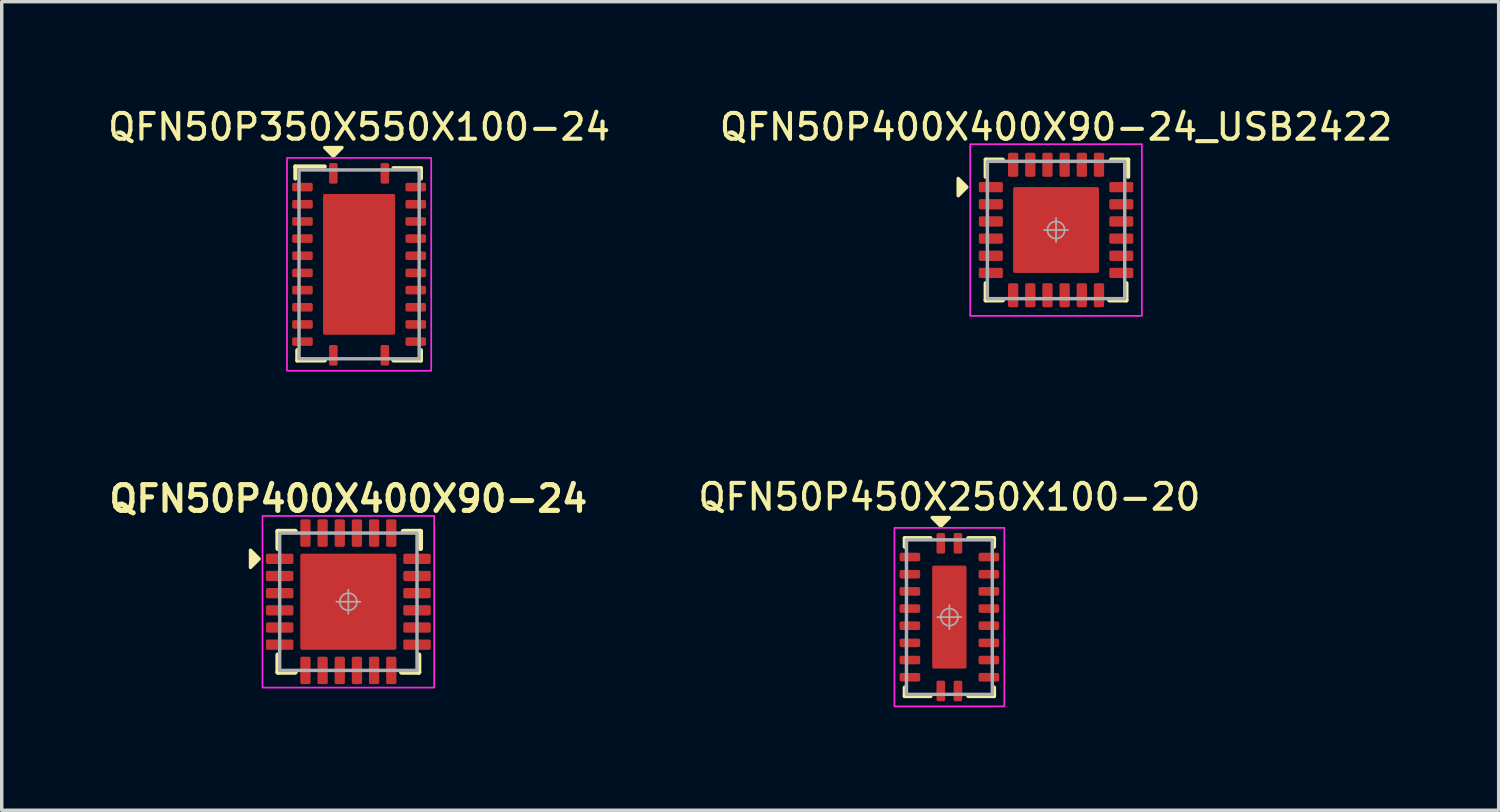
<source format=kicad_pcb>
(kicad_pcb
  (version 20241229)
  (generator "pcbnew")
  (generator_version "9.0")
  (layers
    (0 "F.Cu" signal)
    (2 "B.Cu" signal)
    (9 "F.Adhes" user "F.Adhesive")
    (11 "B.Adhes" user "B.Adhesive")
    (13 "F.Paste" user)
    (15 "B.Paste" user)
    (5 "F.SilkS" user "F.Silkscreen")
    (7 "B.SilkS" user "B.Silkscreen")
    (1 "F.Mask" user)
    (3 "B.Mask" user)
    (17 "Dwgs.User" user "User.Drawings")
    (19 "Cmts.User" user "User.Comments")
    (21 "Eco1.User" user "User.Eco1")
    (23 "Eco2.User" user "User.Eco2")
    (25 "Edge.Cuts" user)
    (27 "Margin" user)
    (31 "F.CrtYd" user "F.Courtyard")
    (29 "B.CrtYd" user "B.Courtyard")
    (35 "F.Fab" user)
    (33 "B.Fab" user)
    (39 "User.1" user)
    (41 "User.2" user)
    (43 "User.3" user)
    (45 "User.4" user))
  (footprint "QFN50P400X400X90-24_USB2422"
    (layer "F.Cu")
    (at 27.708 3.649)
    (property "Reference" "QFN50P400X400X90-24_USB2422" (at 0 -3 0) (unlocked yes) (layer "F.SilkS") (effects (font (size 0.75 0.75) (thickness 0.12))))
    (attr smd)
    (fp_line (start -2.05 -2.05) (end -2.05 -1.55) (stroke (width 0.12) (type solid)) (layer "F.SilkS"))
    (fp_line (start -2.05 -2.05) (end -1.55 -2.05) (stroke (width 0.12) (type solid)) (layer "F.SilkS"))
    (fp_line (start -2.05 2.05) (end -2.05 1.55) (stroke (width 0.12) (type solid)) (layer "F.SilkS"))
    (fp_line (start -2.05 2.05) (end -1.55 2.05) (stroke (width 0.12) (type solid)) (layer "F.SilkS"))
    (fp_line (start 2.05 2.05) (end 1.55 2.05) (stroke (width 0.12) (type solid)) (layer "F.SilkS"))
    (fp_line (start 2.05 2.05) (end 2.05 1.55) (stroke (width 0.12) (type solid)) (layer "F.SilkS"))
    (fp_line (start 2.1 -2.05) (end 1.6 -2.05) (stroke (width 0.12) (type solid)) (layer "F.SilkS"))
    (fp_line (start 2.1 -2.05) (end 2.1 -1.55) (stroke (width 0.12) (type solid)) (layer "F.SilkS"))
    (fp_poly (pts (xy -2.6 -1.25) (xy -2.85 -1) (xy -2.85 -1.5)) (stroke (width 0.1) (type solid)) (fill yes) (layer "F.SilkS"))
    (fp_rect (start -1.2 -1.2) (end -0.175 -0.175) (stroke (width 0.1) (type solid)) (fill yes) (layer "F.Paste"))
    (fp_rect (start -1.2 0.175) (end -0.175 1.2) (stroke (width 0.1) (type solid)) (fill yes) (layer "F.Paste"))
    (fp_rect (start 0.175 -1.2) (end 1.2 -0.175) (stroke (width 0.1) (type solid)) (fill yes) (layer "F.Paste"))
    (fp_rect (start 0.175 0.175) (end 1.2 1.2) (stroke (width 0.1) (type solid)) (fill yes) (layer "F.Paste"))
    (fp_rect (start -2.5 -2.5) (end 2.5 2.5) (stroke (width 0.05) (type default)) (fill no) (layer "F.CrtYd"))
    (fp_line (start 0 -0.35) (end 0 0.35) (stroke (width 0.05) (type solid)) (layer "F.Fab"))
    (fp_line (start 0.35 0) (end -0.35 0) (stroke (width 0.05) (type solid)) (layer "F.Fab"))
    (fp_rect (start -2 -2) (end 2 2) (stroke (width 0.1) (type solid)) (fill no) (layer "F.Fab"))
    (fp_circle (center 0 0) (end 0 0.25) (stroke (width 0.05) (type solid)) (fill no) (layer "F.Fab"))
    (pad "1" smd roundrect (at -1.9 -1.25) (size 0.7 0.3) (layers "F.Cu" "F.Mask" "F.Paste") (roundrect_rratio 0.167))
    (pad "2" smd roundrect (at -1.9 -0.75) (size 0.7 0.3) (layers "F.Cu" "F.Mask" "F.Paste") (roundrect_rratio 0.167))
    (pad "3" smd roundrect (at -1.9 -0.25) (size 0.7 0.3) (layers "F.Cu" "F.Mask" "F.Paste") (roundrect_rratio 0.167))
    (pad "4" smd roundrect (at -1.9 0.25) (size 0.7 0.3) (layers "F.Cu" "F.Mask" "F.Paste") (roundrect_rratio 0.167))
    (pad "5" smd roundrect (at -1.9 0.75) (size 0.7 0.3) (layers "F.Cu" "F.Mask" "F.Paste") (roundrect_rratio 0.167))
    (pad "6" smd roundrect (at -1.9 1.25) (size 0.7 0.3) (layers "F.Cu" "F.Mask" "F.Paste") (roundrect_rratio 0.167))
    (pad "7" smd roundrect (at -1.25 1.9 90) (size 0.7 0.3) (layers "F.Cu" "F.Mask" "F.Paste") (roundrect_rratio 0.167))
    (pad "8" smd roundrect (at -0.75 1.9 90) (size 0.7 0.3) (layers "F.Cu" "F.Mask" "F.Paste") (roundrect_rratio 0.167))
    (pad "9" smd roundrect (at -0.25 1.9 90) (size 0.7 0.3) (layers "F.Cu" "F.Mask" "F.Paste") (roundrect_rratio 0.167))
    (pad "10" smd roundrect (at 0.25 1.9 90) (size 0.7 0.3) (layers "F.Cu" "F.Mask" "F.Paste") (roundrect_rratio 0.167))
    (pad "11" smd roundrect (at 0.75 1.9 90) (size 0.7 0.3) (layers "F.Cu" "F.Mask" "F.Paste") (roundrect_rratio 0.167))
    (pad "12" smd roundrect (at 1.25 1.9 90) (size 0.7 0.3) (layers "F.Cu" "F.Mask" "F.Paste") (roundrect_rratio 0.167))
    (pad "13" smd roundrect (at 1.9 1.25 180) (size 0.7 0.3) (layers "F.Cu" "F.Mask" "F.Paste") (roundrect_rratio 0.167))
    (pad "14" smd roundrect (at 1.9 0.75 180) (size 0.7 0.3) (layers "F.Cu" "F.Mask" "F.Paste") (roundrect_rratio 0.167))
    (pad "15" smd roundrect (at 1.9 0.25 180) (size 0.7 0.3) (layers "F.Cu" "F.Mask" "F.Paste") (roundrect_rratio 0.167))
    (pad "16" smd roundrect (at 1.9 -0.25 180) (size 0.7 0.3) (layers "F.Cu" "F.Mask" "F.Paste") (roundrect_rratio 0.167))
    (pad "17" smd roundrect (at 1.9 -0.75 180) (size 0.7 0.3) (layers "F.Cu" "F.Mask" "F.Paste") (roundrect_rratio 0.167))
    (pad "18" smd roundrect (at 1.9 -1.25 180) (size 0.7 0.3) (layers "F.Cu" "F.Mask" "F.Paste") (roundrect_rratio 0.167))
    (pad "19" smd roundrect (at 1.25 -1.9 270) (size 0.7 0.3) (layers "F.Cu" "F.Mask" "F.Paste") (roundrect_rratio 0.167))
    (pad "20" smd roundrect (at 0.75 -1.9 270) (size 0.7 0.3) (layers "F.Cu" "F.Mask" "F.Paste") (roundrect_rratio 0.167))
    (pad "21" smd roundrect (at 0.25 -1.9 270) (size 0.7 0.3) (layers "F.Cu" "F.Mask" "F.Paste") (roundrect_rratio 0.167))
    (pad "22" smd roundrect (at -0.25 -1.9 270) (size 0.7 0.3) (layers "F.Cu" "F.Mask" "F.Paste") (roundrect_rratio 0.167))
    (pad "23" smd roundrect (at -0.75 -1.9 270) (size 0.7 0.3) (layers "F.Cu" "F.Mask" "F.Paste") (roundrect_rratio 0.167))
    (pad "24" smd roundrect (at -1.25 -1.9 270) (size 0.7 0.3) (layers "F.Cu" "F.Mask" "F.Paste") (roundrect_rratio 0.167))
    (pad "25" smd roundrect (at 0 0) (size 2.5 2.5) (layers "F.Cu" "F.Mask") (roundrect_rratio 0.02)))
  (footprint "QFN50P400X400X90-24"
    (layer "F.Cu")
    (at 7.096 14.476)
    (property "Reference" "QFN50P400X400X90-24" (at 0 -3 0) (unlocked yes) (layer "F.SilkS") (effects (font (size 0.75 0.75) (thickness 0.15) (bold yes))))
    (attr smd)
    (fp_line (start -2.05 -2.05) (end -2.05 -1.55) (stroke (width 0.15) (type solid)) (layer "F.SilkS"))
    (fp_line (start -2.05 -2.05) (end -1.55 -2.05) (stroke (width 0.15) (type solid)) (layer "F.SilkS"))
    (fp_line (start -2.05 2.05) (end -2.05 1.55) (stroke (width 0.15) (type solid)) (layer "F.SilkS"))
    (fp_line (start -2.05 2.05) (end -1.55 2.05) (stroke (width 0.15) (type solid)) (layer "F.SilkS"))
    (fp_line (start 2.05 2.05) (end 1.55 2.05) (stroke (width 0.15) (type solid)) (layer "F.SilkS"))
    (fp_line (start 2.05 2.05) (end 2.05 1.55) (stroke (width 0.15) (type solid)) (layer "F.SilkS"))
    (fp_line (start 2.1 -2.05) (end 1.6 -2.05) (stroke (width 0.15) (type solid)) (layer "F.SilkS"))
    (fp_line (start 2.1 -2.05) (end 2.1 -1.55) (stroke (width 0.15) (type solid)) (layer "F.SilkS"))
    (fp_poly (pts (xy -2.6 -1.25) (xy -2.85 -1) (xy -2.85 -1.5)) (stroke (width 0.1) (type solid)) (fill yes) (layer "F.SilkS"))
    (fp_rect (start -2.5 -2.5) (end 2.5 2.5) (stroke (width 0.05) (type default)) (fill no) (layer "F.CrtYd"))
    (fp_line (start 0 -0.35) (end 0 0.35) (stroke (width 0.05) (type solid)) (layer "F.Fab"))
    (fp_line (start 0.35 0) (end -0.35 0) (stroke (width 0.05) (type solid)) (layer "F.Fab"))
    (fp_rect (start -2 -2) (end 2 2) (stroke (width 0.1) (type solid)) (fill no) (layer "F.Fab"))
    (fp_circle (center 0 0) (end 0 0.25) (stroke (width 0.05) (type solid)) (fill no) (layer "F.Fab"))
    (pad "1" smd roundrect (at -2 -1.25) (size 0.8 0.3) (layers "F.Cu" "F.Mask" "F.Paste") (roundrect_rratio 0.167))
    (pad "2" smd roundrect (at -2 -0.75) (size 0.8 0.3) (layers "F.Cu" "F.Mask" "F.Paste") (roundrect_rratio 0.167))
    (pad "3" smd roundrect (at -2 -0.25) (size 0.8 0.3) (layers "F.Cu" "F.Mask" "F.Paste") (roundrect_rratio 0.167))
    (pad "4" smd roundrect (at -2 0.25) (size 0.8 0.3) (layers "F.Cu" "F.Mask" "F.Paste") (roundrect_rratio 0.167))
    (pad "5" smd roundrect (at -2 0.75) (size 0.8 0.3) (layers "F.Cu" "F.Mask" "F.Paste") (roundrect_rratio 0.167))
    (pad "6" smd roundrect (at -2 1.25) (size 0.8 0.3) (layers "F.Cu" "F.Mask" "F.Paste") (roundrect_rratio 0.167))
    (pad "7" smd roundrect (at -1.25 2 90) (size 0.8 0.3) (layers "F.Cu" "F.Mask" "F.Paste") (roundrect_rratio 0.167))
    (pad "8" smd roundrect (at -0.75 2 90) (size 0.8 0.3) (layers "F.Cu" "F.Mask" "F.Paste") (roundrect_rratio 0.167))
    (pad "9" smd roundrect (at -0.25 2 90) (size 0.8 0.3) (layers "F.Cu" "F.Mask" "F.Paste") (roundrect_rratio 0.167))
    (pad "10" smd roundrect (at 0.25 2 90) (size 0.8 0.3) (layers "F.Cu" "F.Mask" "F.Paste") (roundrect_rratio 0.167))
    (pad "11" smd roundrect (at 0.75 2 90) (size 0.8 0.3) (layers "F.Cu" "F.Mask" "F.Paste") (roundrect_rratio 0.167))
    (pad "12" smd roundrect (at 1.25 2 90) (size 0.8 0.3) (layers "F.Cu" "F.Mask" "F.Paste") (roundrect_rratio 0.167))
    (pad "13" smd roundrect (at 2 1.25) (size 0.8 0.3) (layers "F.Cu" "F.Mask" "F.Paste") (roundrect_rratio 0.167))
    (pad "14" smd roundrect (at 2 0.75) (size 0.8 0.3) (layers "F.Cu" "F.Mask" "F.Paste") (roundrect_rratio 0.167))
    (pad "15" smd roundrect (at 2 0.25) (size 0.8 0.3) (layers "F.Cu" "F.Mask" "F.Paste") (roundrect_rratio 0.167))
    (pad "16" smd roundrect (at 2 -0.25) (size 0.8 0.3) (layers "F.Cu" "F.Mask" "F.Paste") (roundrect_rratio 0.167))
    (pad "17" smd roundrect (at 2 -0.75) (size 0.8 0.3) (layers "F.Cu" "F.Mask" "F.Paste") (roundrect_rratio 0.167))
    (pad "18" smd roundrect (at 2 -1.25) (size 0.8 0.3) (layers "F.Cu" "F.Mask" "F.Paste") (roundrect_rratio 0.167))
    (pad "19" smd roundrect (at 1.25 -2 90) (size 0.8 0.3) (layers "F.Cu" "F.Mask" "F.Paste") (roundrect_rratio 0.167))
    (pad "20" smd roundrect (at 0.75 -2 90) (size 0.8 0.3) (layers "F.Cu" "F.Mask" "F.Paste") (roundrect_rratio 0.167))
    (pad "21" smd roundrect (at 0.25 -2 90) (size 0.8 0.3) (layers "F.Cu" "F.Mask" "F.Paste") (roundrect_rratio 0.167))
    (pad "22" smd roundrect (at -0.25 -2 90) (size 0.8 0.3) (layers "F.Cu" "F.Mask" "F.Paste") (roundrect_rratio 0.167))
    (pad "23" smd roundrect (at -0.75 -2 90) (size 0.8 0.3) (layers "F.Cu" "F.Mask" "F.Paste") (roundrect_rratio 0.167))
    (pad "24" smd roundrect (at -1.25 -2 90) (size 0.8 0.3) (layers "F.Cu" "F.Mask" "F.Paste") (roundrect_rratio 0.167))
    (pad "25" smd roundrect (at 0 0) (size 2.8 2.8) (layers "F.Cu" "F.Mask" "F.Paste") (roundrect_rratio 0.018)))
  (footprint "QFN50P350X550X100-24"
    (layer "F.Cu")
    (at 7.409 4.649)
    (property "Reference" "QFN50P350X550X100-24" (at 0 -4 0) (unlocked yes) (layer "F.SilkS") (effects (font (size 0.75 0.75) (thickness 0.12))))
    (attr smd)
    (fp_line (start -1.857 -2.85) (end -1.857 -2.5) (stroke (width 0.12) (type default)) (layer "F.SilkS"))
    (fp_line (start -1.8 2.8) (end -1.8 2.5) (stroke (width 0.12) (type default)) (layer "F.SilkS"))
    (fp_line (start -1 -2.85) (end -1.857 -2.85) (stroke (width 0.12) (type default)) (layer "F.SilkS"))
    (fp_line (start -1 2.8) (end -1.8 2.8) (stroke (width 0.12) (type default)) (layer "F.SilkS"))
    (fp_line (start 1 -2.8) (end 1.8 -2.8) (stroke (width 0.12) (type solid)) (layer "F.SilkS"))
    (fp_line (start 1 2.8) (end 1.8 2.8) (stroke (width 0.12) (type solid)) (layer "F.SilkS"))
    (fp_line (start 1.8 -2.8) (end 1.8 -2.5) (stroke (width 0.12) (type solid)) (layer "F.SilkS"))
    (fp_line (start 1.8 2.8) (end 1.8 2.5) (stroke (width 0.12) (type solid)) (layer "F.SilkS"))
    (fp_poly (pts (xy -0.75 -3.15) (xy -1 -3.4) (xy -0.5 -3.4)) (stroke (width 0.1) (type solid)) (fill yes) (layer "F.SilkS"))
    (fp_rect (start -2.1 -3.1) (end 2.1 3.1) (stroke (width 0.05) (type default)) (fill no) (layer "F.CrtYd"))
    (fp_rect (start -1.75 -2.75) (end 1.75 2.75) (stroke (width 0.1) (type solid)) (fill no) (layer "F.Fab"))
    (pad "1" smd roundrect (at -0.75 -2.65 90) (size 0.6 0.25) (layers "F.Cu" "F.Mask" "F.Paste") (roundrect_rratio 0.2))
    (pad "2" smd roundrect (at -1.65 -2.25) (size 0.6 0.25) (layers "F.Cu" "F.Mask" "F.Paste") (roundrect_rratio 0.2))
    (pad "3" smd roundrect (at -1.65 -1.75) (size 0.6 0.25) (layers "F.Cu" "F.Mask" "F.Paste") (roundrect_rratio 0.2))
    (pad "4" smd roundrect (at -1.65 -1.25) (size 0.6 0.25) (layers "F.Cu" "F.Mask" "F.Paste") (roundrect_rratio 0.2))
    (pad "5" smd roundrect (at -1.65 -0.75) (size 0.6 0.25) (layers "F.Cu" "F.Mask" "F.Paste") (roundrect_rratio 0.2))
    (pad "6" smd roundrect (at -1.65 -0.25) (size 0.6 0.25) (layers "F.Cu" "F.Mask" "F.Paste") (roundrect_rratio 0.2))
    (pad "7" smd roundrect (at -1.65 0.25) (size 0.6 0.25) (layers "F.Cu" "F.Mask" "F.Paste") (roundrect_rratio 0.2))
    (pad "8" smd roundrect (at -1.65 0.75) (size 0.6 0.25) (layers "F.Cu" "F.Mask" "F.Paste") (roundrect_rratio 0.2))
    (pad "9" smd roundrect (at -1.65 1.25) (size 0.6 0.25) (layers "F.Cu" "F.Mask" "F.Paste") (roundrect_rratio 0.2))
    (pad "10" smd roundrect (at -1.65 1.75) (size 0.6 0.25) (layers "F.Cu" "F.Mask" "F.Paste") (roundrect_rratio 0.2))
    (pad "11" smd roundrect (at -1.65 2.25) (size 0.6 0.25) (layers "F.Cu" "F.Mask" "F.Paste") (roundrect_rratio 0.2))
    (pad "12" smd roundrect (at -0.75 2.65 90) (size 0.6 0.25) (layers "F.Cu" "F.Mask" "F.Paste") (roundrect_rratio 0.2))
    (pad "13" smd roundrect (at 0.75 2.65 90) (size 0.6 0.25) (layers "F.Cu" "F.Mask" "F.Paste") (roundrect_rratio 0.2))
    (pad "14" smd roundrect (at 1.65 2.25) (size 0.6 0.25) (layers "F.Cu" "F.Mask" "F.Paste") (roundrect_rratio 0.2))
    (pad "15" smd roundrect (at 1.65 1.75) (size 0.6 0.25) (layers "F.Cu" "F.Mask" "F.Paste") (roundrect_rratio 0.2))
    (pad "16" smd roundrect (at 1.65 1.25) (size 0.6 0.25) (layers "F.Cu" "F.Mask" "F.Paste") (roundrect_rratio 0.2))
    (pad "17" smd roundrect (at 1.65 0.75) (size 0.6 0.25) (layers "F.Cu" "F.Mask" "F.Paste") (roundrect_rratio 0.2))
    (pad "18" smd roundrect (at 1.65 0.25) (size 0.6 0.25) (layers "F.Cu" "F.Mask" "F.Paste") (roundrect_rratio 0.2))
    (pad "19" smd roundrect (at 1.65 -0.25) (size 0.6 0.25) (layers "F.Cu" "F.Mask" "F.Paste") (roundrect_rratio 0.2))
    (pad "20" smd roundrect (at 1.65 -0.75) (size 0.6 0.25) (layers "F.Cu" "F.Mask" "F.Paste") (roundrect_rratio 0.2))
    (pad "21" smd roundrect (at 1.65 -1.25) (size 0.6 0.25) (layers "F.Cu" "F.Mask" "F.Paste") (roundrect_rratio 0.2))
    (pad "22" smd roundrect (at 1.65 -1.75) (size 0.6 0.25) (layers "F.Cu" "F.Mask" "F.Paste") (roundrect_rratio 0.2))
    (pad "23" smd roundrect (at 1.65 -2.25) (size 0.6 0.25) (layers "F.Cu" "F.Mask" "F.Paste") (roundrect_rratio 0.2))
    (pad "24" smd roundrect (at 0.75 -2.65 90) (size 0.6 0.25) (layers "F.Cu" "F.Mask" "F.Paste") (roundrect_rratio 0.2))
    (pad "25" smd roundrect (at 0 0) (size 2.1 4.1) (layers "F.Cu" "F.Mask" "F.Paste") (roundrect_rratio 0.024)))
  (footprint "QFN50P450X250X100-20"
    (layer "F.Cu")
    (at 24.601 14.924)
    (property "Reference" "QFN50P450X250X100-20" (at 0 -3.5 0) (unlocked yes) (layer "F.SilkS") (effects (font (size 0.75 0.75) (thickness 0.12))))
    (attr smd)
    (fp_line (start -1.3 -2.3) (end -1.3 -2.05) (stroke (width 0.12) (type solid)) (layer "F.SilkS"))
    (fp_line (start -1.3 2.05) (end -1.3 2.3) (stroke (width 0.12) (type solid)) (layer "F.SilkS"))
    (fp_line (start -1.3 2.3) (end -0.55 2.3) (stroke (width 0.12) (type solid)) (layer "F.SilkS"))
    (fp_line (start -0.55 -2.3) (end -1.3 -2.3) (stroke (width 0.12) (type solid)) (layer "F.SilkS"))
    (fp_line (start 0.55 -2.3) (end 1.3 -2.3) (stroke (width 0.12) (type solid)) (layer "F.SilkS"))
    (fp_line (start 0.55 2.3) (end 1.3 2.3) (stroke (width 0.12) (type solid)) (layer "F.SilkS"))
    (fp_line (start 1.3 -2.3) (end 1.3 -2.05) (stroke (width 0.12) (type solid)) (layer "F.SilkS"))
    (fp_line (start 1.3 2.3) (end 1.3 2.05) (stroke (width 0.12) (type solid)) (layer "F.SilkS"))
    (fp_poly (pts (xy -0.25 -2.65) (xy -0.5 -2.9) (xy 0 -2.9)) (stroke (width 0.1) (type solid)) (fill yes) (layer "F.SilkS"))
    (fp_rect (start -0.425 -1.365) (end 0.425 -0.155) (stroke (width 0.1) (type solid)) (fill yes) (layer "F.Paste"))
    (fp_rect (start -0.425 0.155) (end 0.425 1.365) (stroke (width 0.1) (type solid)) (fill yes) (layer "F.Paste"))
    (fp_rect (start -1.6 -2.6) (end 1.6 2.6) (stroke (width 0.05) (type default)) (fill no) (layer "F.CrtYd"))
    (fp_line (start 0 -0.35) (end 0 0.35) (stroke (width 0.05) (type solid)) (layer "F.Fab"))
    (fp_line (start 0.35 0) (end -0.35 0) (stroke (width 0.05) (type solid)) (layer "F.Fab"))
    (fp_rect (start -1.25 -2.25) (end 1.25 2.25) (stroke (width 0.1) (type solid)) (fill no) (layer "F.Fab"))
    (fp_circle (center 0 0) (end 0 0.25) (stroke (width 0.05) (type solid)) (fill no) (layer "F.Fab"))
    (pad "1" smd roundrect (at -0.25 -2.15 270) (size 0.6 0.25) (layers "F.Cu" "F.Mask" "F.Paste") (roundrect_rratio 0.2))
    (pad "2" smd roundrect (at -1.15 -1.75) (size 0.6 0.25) (layers "F.Cu" "F.Mask" "F.Paste") (roundrect_rratio 0.2))
    (pad "3" smd roundrect (at -1.15 -1.25) (size 0.6 0.25) (layers "F.Cu" "F.Mask" "F.Paste") (roundrect_rratio 0.2))
    (pad "4" smd roundrect (at -1.15 -0.75) (size 0.6 0.25) (layers "F.Cu" "F.Mask" "F.Paste") (roundrect_rratio 0.2))
    (pad "5" smd roundrect (at -1.15 -0.25) (size 0.6 0.25) (layers "F.Cu" "F.Mask" "F.Paste") (roundrect_rratio 0.2))
    (pad "6" smd roundrect (at -1.15 0.25) (size 0.6 0.25) (layers "F.Cu" "F.Mask" "F.Paste") (roundrect_rratio 0.2))
    (pad "7" smd roundrect (at -1.15 0.75) (size 0.6 0.25) (layers "F.Cu" "F.Mask" "F.Paste") (roundrect_rratio 0.2))
    (pad "8" smd roundrect (at -1.15 1.25) (size 0.6 0.25) (layers "F.Cu" "F.Mask" "F.Paste") (roundrect_rratio 0.2))
    (pad "9" smd roundrect (at -1.15 1.75) (size 0.6 0.25) (layers "F.Cu" "F.Mask" "F.Paste") (roundrect_rratio 0.2))
    (pad "10" smd roundrect (at -0.25 2.15 90) (size 0.6 0.25) (layers "F.Cu" "F.Mask" "F.Paste") (roundrect_rratio 0.2))
    (pad "11" smd roundrect (at 0.25 2.15 90) (size 0.6 0.25) (layers "F.Cu" "F.Mask" "F.Paste") (roundrect_rratio 0.2))
    (pad "12" smd roundrect (at 1.15 1.75 180) (size 0.6 0.25) (layers "F.Cu" "F.Mask" "F.Paste") (roundrect_rratio 0.2))
    (pad "13" smd roundrect (at 1.15 1.25 180) (size 0.6 0.25) (layers "F.Cu" "F.Mask" "F.Paste") (roundrect_rratio 0.2))
    (pad "14" smd roundrect (at 1.15 0.75 180) (size 0.6 0.25) (layers "F.Cu" "F.Mask" "F.Paste") (roundrect_rratio 0.2))
    (pad "15" smd roundrect (at 1.15 0.25 180) (size 0.6 0.25) (layers "F.Cu" "F.Mask" "F.Paste") (roundrect_rratio 0.2))
    (pad "16" smd roundrect (at 1.15 -0.25 180) (size 0.6 0.25) (layers "F.Cu" "F.Mask" "F.Paste") (roundrect_rratio 0.2))
    (pad "17" smd roundrect (at 1.15 -0.75 180) (size 0.6 0.25) (layers "F.Cu" "F.Mask" "F.Paste") (roundrect_rratio 0.2))
    (pad "18" smd roundrect (at 1.15 -1.25 180) (size 0.6 0.25) (layers "F.Cu" "F.Mask" "F.Paste") (roundrect_rratio 0.2))
    (pad "19" smd roundrect (at 1.15 -1.75 180) (size 0.6 0.25) (layers "F.Cu" "F.Mask" "F.Paste") (roundrect_rratio 0.2))
    (pad "20" smd roundrect (at 0.25 -2.15 270) (size 0.6 0.25) (layers "F.Cu" "F.Mask" "F.Paste") (roundrect_rratio 0.2))
    (pad "21" smd roundrect (at 0 0) (size 1 3) (layers "F.Cu" "F.Mask") (roundrect_rratio 0.05)))
  (gr_rect
    (start -3 -3)
    (end 40.599 20.549)
    (stroke (width 0.1) (type default))
    (fill no)
    (layer "Edge.Cuts")))
</source>
